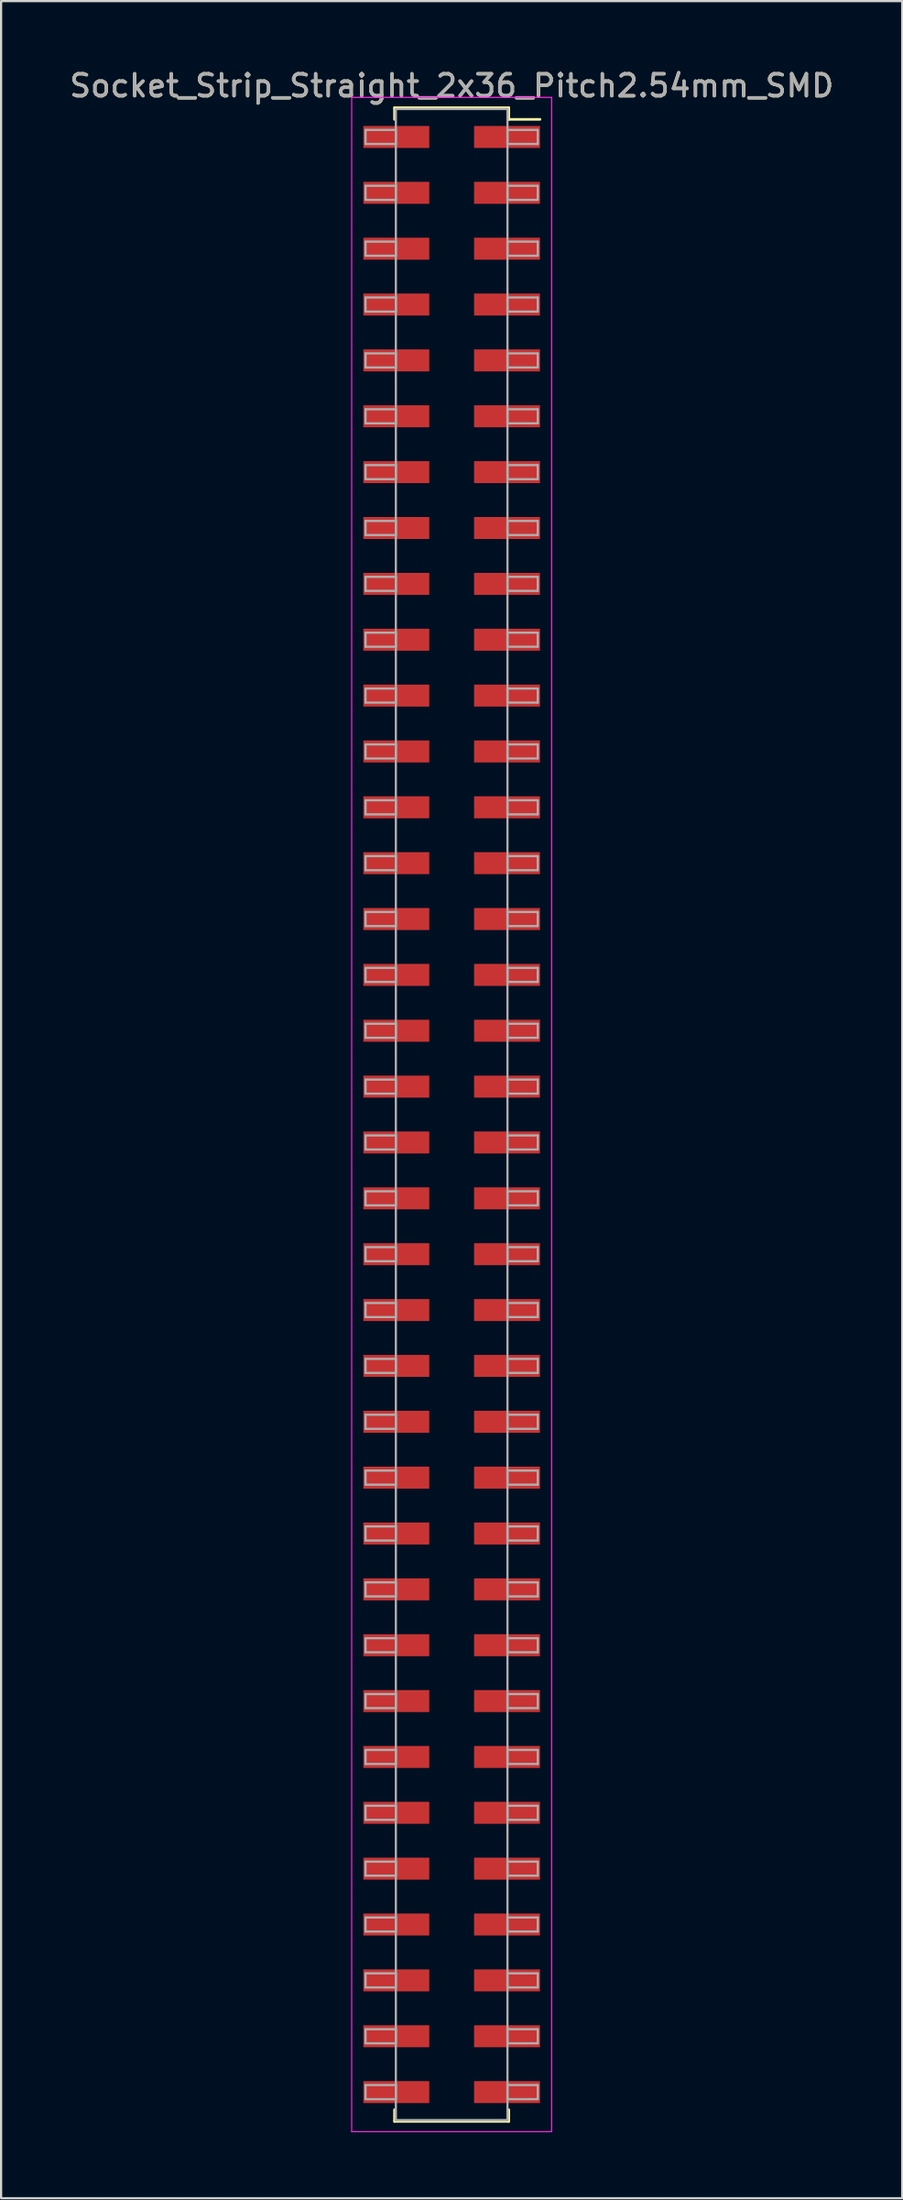
<source format=kicad_pcb>
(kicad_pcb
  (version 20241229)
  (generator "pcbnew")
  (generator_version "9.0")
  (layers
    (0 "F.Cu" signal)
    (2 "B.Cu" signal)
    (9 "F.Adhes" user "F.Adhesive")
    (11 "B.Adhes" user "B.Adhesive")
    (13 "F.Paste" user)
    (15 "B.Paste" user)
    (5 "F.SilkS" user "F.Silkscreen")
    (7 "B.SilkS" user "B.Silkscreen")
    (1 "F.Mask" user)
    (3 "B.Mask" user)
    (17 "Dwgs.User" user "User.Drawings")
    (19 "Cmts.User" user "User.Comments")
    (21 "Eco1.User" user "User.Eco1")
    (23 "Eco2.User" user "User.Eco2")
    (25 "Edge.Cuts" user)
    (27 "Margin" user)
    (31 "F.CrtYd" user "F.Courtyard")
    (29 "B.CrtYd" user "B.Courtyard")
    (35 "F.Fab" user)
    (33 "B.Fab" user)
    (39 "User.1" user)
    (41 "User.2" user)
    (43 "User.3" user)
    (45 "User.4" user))
  (footprint "Socket_Strip_Straight_2x36_Pitch2.54mm_SMD"
    (layer "F.Cu")
    (at 17.506 47.628)
    (property "Reference" "Socket_Strip_Straight_2x36_Pitch2.54mm_SMD" (at 0 -46.78 0) (layer "F.SilkS") (effects (font (size 1 1) (thickness 0.15))))
    (attr smd)
    (fp_line (start -2.6 -45.78) (end 2.6 -45.78) (stroke (width 0.12) (type solid)) (layer "F.SilkS"))
    (fp_line (start -2.6 -45.25) (end -2.6 -45.78) (stroke (width 0.12) (type solid)) (layer "F.SilkS"))
    (fp_line (start -2.6 45.25) (end -2.6 45.78) (stroke (width 0.12) (type solid)) (layer "F.SilkS"))
    (fp_line (start -2.6 45.78) (end 2.6 45.78) (stroke (width 0.12) (type solid)) (layer "F.SilkS"))
    (fp_line (start 2.6 -45.78) (end 2.6 -45.25) (stroke (width 0.12) (type solid)) (layer "F.SilkS"))
    (fp_line (start 2.6 45.78) (end 2.6 45.25) (stroke (width 0.12) (type solid)) (layer "F.SilkS"))
    (fp_line (start 4.02 -45.25) (end 2.6 -45.25) (stroke (width 0.12) (type solid)) (layer "F.SilkS"))
    (fp_line (start -4.55 -46.25) (end -4.55 46.25) (stroke (width 0.05) (type solid)) (layer "F.CrtYd"))
    (fp_line (start -4.55 46.25) (end 4.55 46.25) (stroke (width 0.05) (type solid)) (layer "F.CrtYd"))
    (fp_line (start 4.55 -46.25) (end -4.55 -46.25) (stroke (width 0.05) (type solid)) (layer "F.CrtYd"))
    (fp_line (start 4.55 46.25) (end 4.55 -46.25) (stroke (width 0.05) (type solid)) (layer "F.CrtYd"))
    (fp_line (start -3.92 -44.77) (end -2.54 -44.77) (stroke (width 0.1) (type solid)) (layer "F.Fab"))
    (fp_line (start -3.92 -44.13) (end -3.92 -44.77) (stroke (width 0.1) (type solid)) (layer "F.Fab"))
    (fp_line (start -3.92 -42.23) (end -2.54 -42.23) (stroke (width 0.1) (type solid)) (layer "F.Fab"))
    (fp_line (start -3.92 -41.59) (end -3.92 -42.23) (stroke (width 0.1) (type solid)) (layer "F.Fab"))
    (fp_line (start -3.92 -39.69) (end -2.54 -39.69) (stroke (width 0.1) (type solid)) (layer "F.Fab"))
    (fp_line (start -3.92 -39.05) (end -3.92 -39.69) (stroke (width 0.1) (type solid)) (layer "F.Fab"))
    (fp_line (start -3.92 -37.15) (end -2.54 -37.15) (stroke (width 0.1) (type solid)) (layer "F.Fab"))
    (fp_line (start -3.92 -36.51) (end -3.92 -37.15) (stroke (width 0.1) (type solid)) (layer "F.Fab"))
    (fp_line (start -3.92 -34.61) (end -2.54 -34.61) (stroke (width 0.1) (type solid)) (layer "F.Fab"))
    (fp_line (start -3.92 -33.97) (end -3.92 -34.61) (stroke (width 0.1) (type solid)) (layer "F.Fab"))
    (fp_line (start -3.92 -32.07) (end -2.54 -32.07) (stroke (width 0.1) (type solid)) (layer "F.Fab"))
    (fp_line (start -3.92 -31.43) (end -3.92 -32.07) (stroke (width 0.1) (type solid)) (layer "F.Fab"))
    (fp_line (start -3.92 -29.53) (end -2.54 -29.53) (stroke (width 0.1) (type solid)) (layer "F.Fab"))
    (fp_line (start -3.92 -28.89) (end -3.92 -29.53) (stroke (width 0.1) (type solid)) (layer "F.Fab"))
    (fp_line (start -3.92 -26.99) (end -2.54 -26.99) (stroke (width 0.1) (type solid)) (layer "F.Fab"))
    (fp_line (start -3.92 -26.35) (end -3.92 -26.99) (stroke (width 0.1) (type solid)) (layer "F.Fab"))
    (fp_line (start -3.92 -24.45) (end -2.54 -24.45) (stroke (width 0.1) (type solid)) (layer "F.Fab"))
    (fp_line (start -3.92 -23.81) (end -3.92 -24.45) (stroke (width 0.1) (type solid)) (layer "F.Fab"))
    (fp_line (start -3.92 -21.91) (end -2.54 -21.91) (stroke (width 0.1) (type solid)) (layer "F.Fab"))
    (fp_line (start -3.92 -21.27) (end -3.92 -21.91) (stroke (width 0.1) (type solid)) (layer "F.Fab"))
    (fp_line (start -3.92 -19.37) (end -2.54 -19.37) (stroke (width 0.1) (type solid)) (layer "F.Fab"))
    (fp_line (start -3.92 -18.73) (end -3.92 -19.37) (stroke (width 0.1) (type solid)) (layer "F.Fab"))
    (fp_line (start -3.92 -16.83) (end -2.54 -16.83) (stroke (width 0.1) (type solid)) (layer "F.Fab"))
    (fp_line (start -3.92 -16.19) (end -3.92 -16.83) (stroke (width 0.1) (type solid)) (layer "F.Fab"))
    (fp_line (start -3.92 -14.29) (end -2.54 -14.29) (stroke (width 0.1) (type solid)) (layer "F.Fab"))
    (fp_line (start -3.92 -13.65) (end -3.92 -14.29) (stroke (width 0.1) (type solid)) (layer "F.Fab"))
    (fp_line (start -3.92 -11.75) (end -2.54 -11.75) (stroke (width 0.1) (type solid)) (layer "F.Fab"))
    (fp_line (start -3.92 -11.11) (end -3.92 -11.75) (stroke (width 0.1) (type solid)) (layer "F.Fab"))
    (fp_line (start -3.92 -9.21) (end -2.54 -9.21) (stroke (width 0.1) (type solid)) (layer "F.Fab"))
    (fp_line (start -3.92 -8.57) (end -3.92 -9.21) (stroke (width 0.1) (type solid)) (layer "F.Fab"))
    (fp_line (start -3.92 -6.67) (end -2.54 -6.67) (stroke (width 0.1) (type solid)) (layer "F.Fab"))
    (fp_line (start -3.92 -6.03) (end -3.92 -6.67) (stroke (width 0.1) (type solid)) (layer "F.Fab"))
    (fp_line (start -3.92 -4.13) (end -2.54 -4.13) (stroke (width 0.1) (type solid)) (layer "F.Fab"))
    (fp_line (start -3.92 -3.49) (end -3.92 -4.13) (stroke (width 0.1) (type solid)) (layer "F.Fab"))
    (fp_line (start -3.92 -1.59) (end -2.54 -1.59) (stroke (width 0.1) (type solid)) (layer "F.Fab"))
    (fp_line (start -3.92 -0.95) (end -3.92 -1.59) (stroke (width 0.1) (type solid)) (layer "F.Fab"))
    (fp_line (start -3.92 0.95) (end -2.54 0.95) (stroke (width 0.1) (type solid)) (layer "F.Fab"))
    (fp_line (start -3.92 1.59) (end -3.92 0.95) (stroke (width 0.1) (type solid)) (layer "F.Fab"))
    (fp_line (start -3.92 3.49) (end -2.54 3.49) (stroke (width 0.1) (type solid)) (layer "F.Fab"))
    (fp_line (start -3.92 4.13) (end -3.92 3.49) (stroke (width 0.1) (type solid)) (layer "F.Fab"))
    (fp_line (start -3.92 6.03) (end -2.54 6.03) (stroke (width 0.1) (type solid)) (layer "F.Fab"))
    (fp_line (start -3.92 6.67) (end -3.92 6.03) (stroke (width 0.1) (type solid)) (layer "F.Fab"))
    (fp_line (start -3.92 8.57) (end -2.54 8.57) (stroke (width 0.1) (type solid)) (layer "F.Fab"))
    (fp_line (start -3.92 9.21) (end -3.92 8.57) (stroke (width 0.1) (type solid)) (layer "F.Fab"))
    (fp_line (start -3.92 11.11) (end -2.54 11.11) (stroke (width 0.1) (type solid)) (layer "F.Fab"))
    (fp_line (start -3.92 11.75) (end -3.92 11.11) (stroke (width 0.1) (type solid)) (layer "F.Fab"))
    (fp_line (start -3.92 13.65) (end -2.54 13.65) (stroke (width 0.1) (type solid)) (layer "F.Fab"))
    (fp_line (start -3.92 14.29) (end -3.92 13.65) (stroke (width 0.1) (type solid)) (layer "F.Fab"))
    (fp_line (start -3.92 16.19) (end -2.54 16.19) (stroke (width 0.1) (type solid)) (layer "F.Fab"))
    (fp_line (start -3.92 16.83) (end -3.92 16.19) (stroke (width 0.1) (type solid)) (layer "F.Fab"))
    (fp_line (start -3.92 18.73) (end -2.54 18.73) (stroke (width 0.1) (type solid)) (layer "F.Fab"))
    (fp_line (start -3.92 19.37) (end -3.92 18.73) (stroke (width 0.1) (type solid)) (layer "F.Fab"))
    (fp_line (start -3.92 21.27) (end -2.54 21.27) (stroke (width 0.1) (type solid)) (layer "F.Fab"))
    (fp_line (start -3.92 21.91) (end -3.92 21.27) (stroke (width 0.1) (type solid)) (layer "F.Fab"))
    (fp_line (start -3.92 23.81) (end -2.54 23.81) (stroke (width 0.1) (type solid)) (layer "F.Fab"))
    (fp_line (start -3.92 24.45) (end -3.92 23.81) (stroke (width 0.1) (type solid)) (layer "F.Fab"))
    (fp_line (start -3.92 26.35) (end -2.54 26.35) (stroke (width 0.1) (type solid)) (layer "F.Fab"))
    (fp_line (start -3.92 26.99) (end -3.92 26.35) (stroke (width 0.1) (type solid)) (layer "F.Fab"))
    (fp_line (start -3.92 28.89) (end -2.54 28.89) (stroke (width 0.1) (type solid)) (layer "F.Fab"))
    (fp_line (start -3.92 29.53) (end -3.92 28.89) (stroke (width 0.1) (type solid)) (layer "F.Fab"))
    (fp_line (start -3.92 31.43) (end -2.54 31.43) (stroke (width 0.1) (type solid)) (layer "F.Fab"))
    (fp_line (start -3.92 32.07) (end -3.92 31.43) (stroke (width 0.1) (type solid)) (layer "F.Fab"))
    (fp_line (start -3.92 33.97) (end -2.54 33.97) (stroke (width 0.1) (type solid)) (layer "F.Fab"))
    (fp_line (start -3.92 34.61) (end -3.92 33.97) (stroke (width 0.1) (type solid)) (layer "F.Fab"))
    (fp_line (start -3.92 36.51) (end -2.54 36.51) (stroke (width 0.1) (type solid)) (layer "F.Fab"))
    (fp_line (start -3.92 37.15) (end -3.92 36.51) (stroke (width 0.1) (type solid)) (layer "F.Fab"))
    (fp_line (start -3.92 39.05) (end -2.54 39.05) (stroke (width 0.1) (type solid)) (layer "F.Fab"))
    (fp_line (start -3.92 39.69) (end -3.92 39.05) (stroke (width 0.1) (type solid)) (layer "F.Fab"))
    (fp_line (start -3.92 41.59) (end -2.54 41.59) (stroke (width 0.1) (type solid)) (layer "F.Fab"))
    (fp_line (start -3.92 42.23) (end -3.92 41.59) (stroke (width 0.1) (type solid)) (layer "F.Fab"))
    (fp_line (start -3.92 44.13) (end -2.54 44.13) (stroke (width 0.1) (type solid)) (layer "F.Fab"))
    (fp_line (start -3.92 44.77) (end -3.92 44.13) (stroke (width 0.1) (type solid)) (layer "F.Fab"))
    (fp_line (start -2.54 -45.72) (end -2.54 45.72) (stroke (width 0.1) (type solid)) (layer "F.Fab"))
    (fp_line (start -2.54 -44.77) (end -2.54 -44.13) (stroke (width 0.1) (type solid)) (layer "F.Fab"))
    (fp_line (start -2.54 -44.13) (end -3.92 -44.13) (stroke (width 0.1) (type solid)) (layer "F.Fab"))
    (fp_line (start -2.54 -42.23) (end -2.54 -41.59) (stroke (width 0.1) (type solid)) (layer "F.Fab"))
    (fp_line (start -2.54 -41.59) (end -3.92 -41.59) (stroke (width 0.1) (type solid)) (layer "F.Fab"))
    (fp_line (start -2.54 -39.69) (end -2.54 -39.05) (stroke (width 0.1) (type solid)) (layer "F.Fab"))
    (fp_line (start -2.54 -39.05) (end -3.92 -39.05) (stroke (width 0.1) (type solid)) (layer "F.Fab"))
    (fp_line (start -2.54 -37.15) (end -2.54 -36.51) (stroke (width 0.1) (type solid)) (layer "F.Fab"))
    (fp_line (start -2.54 -36.51) (end -3.92 -36.51) (stroke (width 0.1) (type solid)) (layer "F.Fab"))
    (fp_line (start -2.54 -34.61) (end -2.54 -33.97) (stroke (width 0.1) (type solid)) (layer "F.Fab"))
    (fp_line (start -2.54 -33.97) (end -3.92 -33.97) (stroke (width 0.1) (type solid)) (layer "F.Fab"))
    (fp_line (start -2.54 -32.07) (end -2.54 -31.43) (stroke (width 0.1) (type solid)) (layer "F.Fab"))
    (fp_line (start -2.54 -31.43) (end -3.92 -31.43) (stroke (width 0.1) (type solid)) (layer "F.Fab"))
    (fp_line (start -2.54 -29.53) (end -2.54 -28.89) (stroke (width 0.1) (type solid)) (layer "F.Fab"))
    (fp_line (start -2.54 -28.89) (end -3.92 -28.89) (stroke (width 0.1) (type solid)) (layer "F.Fab"))
    (fp_line (start -2.54 -26.99) (end -2.54 -26.35) (stroke (width 0.1) (type solid)) (layer "F.Fab"))
    (fp_line (start -2.54 -26.35) (end -3.92 -26.35) (stroke (width 0.1) (type solid)) (layer "F.Fab"))
    (fp_line (start -2.54 -24.45) (end -2.54 -23.81) (stroke (width 0.1) (type solid)) (layer "F.Fab"))
    (fp_line (start -2.54 -23.81) (end -3.92 -23.81) (stroke (width 0.1) (type solid)) (layer "F.Fab"))
    (fp_line (start -2.54 -21.91) (end -2.54 -21.27) (stroke (width 0.1) (type solid)) (layer "F.Fab"))
    (fp_line (start -2.54 -21.27) (end -3.92 -21.27) (stroke (width 0.1) (type solid)) (layer "F.Fab"))
    (fp_line (start -2.54 -19.37) (end -2.54 -18.73) (stroke (width 0.1) (type solid)) (layer "F.Fab"))
    (fp_line (start -2.54 -18.73) (end -3.92 -18.73) (stroke (width 0.1) (type solid)) (layer "F.Fab"))
    (fp_line (start -2.54 -16.83) (end -2.54 -16.19) (stroke (width 0.1) (type solid)) (layer "F.Fab"))
    (fp_line (start -2.54 -16.19) (end -3.92 -16.19) (stroke (width 0.1) (type solid)) (layer "F.Fab"))
    (fp_line (start -2.54 -14.29) (end -2.54 -13.65) (stroke (width 0.1) (type solid)) (layer "F.Fab"))
    (fp_line (start -2.54 -13.65) (end -3.92 -13.65) (stroke (width 0.1) (type solid)) (layer "F.Fab"))
    (fp_line (start -2.54 -11.75) (end -2.54 -11.11) (stroke (width 0.1) (type solid)) (layer "F.Fab"))
    (fp_line (start -2.54 -11.11) (end -3.92 -11.11) (stroke (width 0.1) (type solid)) (layer "F.Fab"))
    (fp_line (start -2.54 -9.21) (end -2.54 -8.57) (stroke (width 0.1) (type solid)) (layer "F.Fab"))
    (fp_line (start -2.54 -8.57) (end -3.92 -8.57) (stroke (width 0.1) (type solid)) (layer "F.Fab"))
    (fp_line (start -2.54 -6.67) (end -2.54 -6.03) (stroke (width 0.1) (type solid)) (layer "F.Fab"))
    (fp_line (start -2.54 -6.03) (end -3.92 -6.03) (stroke (width 0.1) (type solid)) (layer "F.Fab"))
    (fp_line (start -2.54 -4.13) (end -2.54 -3.49) (stroke (width 0.1) (type solid)) (layer "F.Fab"))
    (fp_line (start -2.54 -3.49) (end -3.92 -3.49) (stroke (width 0.1) (type solid)) (layer "F.Fab"))
    (fp_line (start -2.54 -1.59) (end -2.54 -0.95) (stroke (width 0.1) (type solid)) (layer "F.Fab"))
    (fp_line (start -2.54 -0.95) (end -3.92 -0.95) (stroke (width 0.1) (type solid)) (layer "F.Fab"))
    (fp_line (start -2.54 0.95) (end -2.54 1.59) (stroke (width 0.1) (type solid)) (layer "F.Fab"))
    (fp_line (start -2.54 1.59) (end -3.92 1.59) (stroke (width 0.1) (type solid)) (layer "F.Fab"))
    (fp_line (start -2.54 3.49) (end -2.54 4.13) (stroke (width 0.1) (type solid)) (layer "F.Fab"))
    (fp_line (start -2.54 4.13) (end -3.92 4.13) (stroke (width 0.1) (type solid)) (layer "F.Fab"))
    (fp_line (start -2.54 6.03) (end -2.54 6.67) (stroke (width 0.1) (type solid)) (layer "F.Fab"))
    (fp_line (start -2.54 6.67) (end -3.92 6.67) (stroke (width 0.1) (type solid)) (layer "F.Fab"))
    (fp_line (start -2.54 8.57) (end -2.54 9.21) (stroke (width 0.1) (type solid)) (layer "F.Fab"))
    (fp_line (start -2.54 9.21) (end -3.92 9.21) (stroke (width 0.1) (type solid)) (layer "F.Fab"))
    (fp_line (start -2.54 11.11) (end -2.54 11.75) (stroke (width 0.1) (type solid)) (layer "F.Fab"))
    (fp_line (start -2.54 11.75) (end -3.92 11.75) (stroke (width 0.1) (type solid)) (layer "F.Fab"))
    (fp_line (start -2.54 13.65) (end -2.54 14.29) (stroke (width 0.1) (type solid)) (layer "F.Fab"))
    (fp_line (start -2.54 14.29) (end -3.92 14.29) (stroke (width 0.1) (type solid)) (layer "F.Fab"))
    (fp_line (start -2.54 16.19) (end -2.54 16.83) (stroke (width 0.1) (type solid)) (layer "F.Fab"))
    (fp_line (start -2.54 16.83) (end -3.92 16.83) (stroke (width 0.1) (type solid)) (layer "F.Fab"))
    (fp_line (start -2.54 18.73) (end -2.54 19.37) (stroke (width 0.1) (type solid)) (layer "F.Fab"))
    (fp_line (start -2.54 19.37) (end -3.92 19.37) (stroke (width 0.1) (type solid)) (layer "F.Fab"))
    (fp_line (start -2.54 21.27) (end -2.54 21.91) (stroke (width 0.1) (type solid)) (layer "F.Fab"))
    (fp_line (start -2.54 21.91) (end -3.92 21.91) (stroke (width 0.1) (type solid)) (layer "F.Fab"))
    (fp_line (start -2.54 23.81) (end -2.54 24.45) (stroke (width 0.1) (type solid)) (layer "F.Fab"))
    (fp_line (start -2.54 24.45) (end -3.92 24.45) (stroke (width 0.1) (type solid)) (layer "F.Fab"))
    (fp_line (start -2.54 26.35) (end -2.54 26.99) (stroke (width 0.1) (type solid)) (layer "F.Fab"))
    (fp_line (start -2.54 26.99) (end -3.92 26.99) (stroke (width 0.1) (type solid)) (layer "F.Fab"))
    (fp_line (start -2.54 28.89) (end -2.54 29.53) (stroke (width 0.1) (type solid)) (layer "F.Fab"))
    (fp_line (start -2.54 29.53) (end -3.92 29.53) (stroke (width 0.1) (type solid)) (layer "F.Fab"))
    (fp_line (start -2.54 31.43) (end -2.54 32.07) (stroke (width 0.1) (type solid)) (layer "F.Fab"))
    (fp_line (start -2.54 32.07) (end -3.92 32.07) (stroke (width 0.1) (type solid)) (layer "F.Fab"))
    (fp_line (start -2.54 33.97) (end -2.54 34.61) (stroke (width 0.1) (type solid)) (layer "F.Fab"))
    (fp_line (start -2.54 34.61) (end -3.92 34.61) (stroke (width 0.1) (type solid)) (layer "F.Fab"))
    (fp_line (start -2.54 36.51) (end -2.54 37.15) (stroke (width 0.1) (type solid)) (layer "F.Fab"))
    (fp_line (start -2.54 37.15) (end -3.92 37.15) (stroke (width 0.1) (type solid)) (layer "F.Fab"))
    (fp_line (start -2.54 39.05) (end -2.54 39.69) (stroke (width 0.1) (type solid)) (layer "F.Fab"))
    (fp_line (start -2.54 39.69) (end -3.92 39.69) (stroke (width 0.1) (type solid)) (layer "F.Fab"))
    (fp_line (start -2.54 41.59) (end -2.54 42.23) (stroke (width 0.1) (type solid)) (layer "F.Fab"))
    (fp_line (start -2.54 42.23) (end -3.92 42.23) (stroke (width 0.1) (type solid)) (layer "F.Fab"))
    (fp_line (start -2.54 44.13) (end -2.54 44.77) (stroke (width 0.1) (type solid)) (layer "F.Fab"))
    (fp_line (start -2.54 44.77) (end -3.92 44.77) (stroke (width 0.1) (type solid)) (layer "F.Fab"))
    (fp_line (start -2.54 45.72) (end 2.54 45.72) (stroke (width 0.1) (type solid)) (layer "F.Fab"))
    (fp_line (start 2.54 -45.72) (end -2.54 -45.72) (stroke (width 0.1) (type solid)) (layer "F.Fab"))
    (fp_line (start 2.54 -44.77) (end 2.54 -44.13) (stroke (width 0.1) (type solid)) (layer "F.Fab"))
    (fp_line (start 2.54 -44.13) (end 3.92 -44.13) (stroke (width 0.1) (type solid)) (layer "F.Fab"))
    (fp_line (start 2.54 -42.23) (end 2.54 -41.59) (stroke (width 0.1) (type solid)) (layer "F.Fab"))
    (fp_line (start 2.54 -41.59) (end 3.92 -41.59) (stroke (width 0.1) (type solid)) (layer "F.Fab"))
    (fp_line (start 2.54 -39.69) (end 2.54 -39.05) (stroke (width 0.1) (type solid)) (layer "F.Fab"))
    (fp_line (start 2.54 -39.05) (end 3.92 -39.05) (stroke (width 0.1) (type solid)) (layer "F.Fab"))
    (fp_line (start 2.54 -37.15) (end 2.54 -36.51) (stroke (width 0.1) (type solid)) (layer "F.Fab"))
    (fp_line (start 2.54 -36.51) (end 3.92 -36.51) (stroke (width 0.1) (type solid)) (layer "F.Fab"))
    (fp_line (start 2.54 -34.61) (end 2.54 -33.97) (stroke (width 0.1) (type solid)) (layer "F.Fab"))
    (fp_line (start 2.54 -33.97) (end 3.92 -33.97) (stroke (width 0.1) (type solid)) (layer "F.Fab"))
    (fp_line (start 2.54 -32.07) (end 2.54 -31.43) (stroke (width 0.1) (type solid)) (layer "F.Fab"))
    (fp_line (start 2.54 -31.43) (end 3.92 -31.43) (stroke (width 0.1) (type solid)) (layer "F.Fab"))
    (fp_line (start 2.54 -29.53) (end 2.54 -28.89) (stroke (width 0.1) (type solid)) (layer "F.Fab"))
    (fp_line (start 2.54 -28.89) (end 3.92 -28.89) (stroke (width 0.1) (type solid)) (layer "F.Fab"))
    (fp_line (start 2.54 -26.99) (end 2.54 -26.35) (stroke (width 0.1) (type solid)) (layer "F.Fab"))
    (fp_line (start 2.54 -26.35) (end 3.92 -26.35) (stroke (width 0.1) (type solid)) (layer "F.Fab"))
    (fp_line (start 2.54 -24.45) (end 2.54 -23.81) (stroke (width 0.1) (type solid)) (layer "F.Fab"))
    (fp_line (start 2.54 -23.81) (end 3.92 -23.81) (stroke (width 0.1) (type solid)) (layer "F.Fab"))
    (fp_line (start 2.54 -21.91) (end 2.54 -21.27) (stroke (width 0.1) (type solid)) (layer "F.Fab"))
    (fp_line (start 2.54 -21.27) (end 3.92 -21.27) (stroke (width 0.1) (type solid)) (layer "F.Fab"))
    (fp_line (start 2.54 -19.37) (end 2.54 -18.73) (stroke (width 0.1) (type solid)) (layer "F.Fab"))
    (fp_line (start 2.54 -18.73) (end 3.92 -18.73) (stroke (width 0.1) (type solid)) (layer "F.Fab"))
    (fp_line (start 2.54 -16.83) (end 2.54 -16.19) (stroke (width 0.1) (type solid)) (layer "F.Fab"))
    (fp_line (start 2.54 -16.19) (end 3.92 -16.19) (stroke (width 0.1) (type solid)) (layer "F.Fab"))
    (fp_line (start 2.54 -14.29) (end 2.54 -13.65) (stroke (width 0.1) (type solid)) (layer "F.Fab"))
    (fp_line (start 2.54 -13.65) (end 3.92 -13.65) (stroke (width 0.1) (type solid)) (layer "F.Fab"))
    (fp_line (start 2.54 -11.75) (end 2.54 -11.11) (stroke (width 0.1) (type solid)) (layer "F.Fab"))
    (fp_line (start 2.54 -11.11) (end 3.92 -11.11) (stroke (width 0.1) (type solid)) (layer "F.Fab"))
    (fp_line (start 2.54 -9.21) (end 2.54 -8.57) (stroke (width 0.1) (type solid)) (layer "F.Fab"))
    (fp_line (start 2.54 -8.57) (end 3.92 -8.57) (stroke (width 0.1) (type solid)) (layer "F.Fab"))
    (fp_line (start 2.54 -6.67) (end 2.54 -6.03) (stroke (width 0.1) (type solid)) (layer "F.Fab"))
    (fp_line (start 2.54 -6.03) (end 3.92 -6.03) (stroke (width 0.1) (type solid)) (layer "F.Fab"))
    (fp_line (start 2.54 -4.13) (end 2.54 -3.49) (stroke (width 0.1) (type solid)) (layer "F.Fab"))
    (fp_line (start 2.54 -3.49) (end 3.92 -3.49) (stroke (width 0.1) (type solid)) (layer "F.Fab"))
    (fp_line (start 2.54 -1.59) (end 2.54 -0.95) (stroke (width 0.1) (type solid)) (layer "F.Fab"))
    (fp_line (start 2.54 -0.95) (end 3.92 -0.95) (stroke (width 0.1) (type solid)) (layer "F.Fab"))
    (fp_line (start 2.54 0.95) (end 2.54 1.59) (stroke (width 0.1) (type solid)) (layer "F.Fab"))
    (fp_line (start 2.54 1.59) (end 3.92 1.59) (stroke (width 0.1) (type solid)) (layer "F.Fab"))
    (fp_line (start 2.54 3.49) (end 2.54 4.13) (stroke (width 0.1) (type solid)) (layer "F.Fab"))
    (fp_line (start 2.54 4.13) (end 3.92 4.13) (stroke (width 0.1) (type solid)) (layer "F.Fab"))
    (fp_line (start 2.54 6.03) (end 2.54 6.67) (stroke (width 0.1) (type solid)) (layer "F.Fab"))
    (fp_line (start 2.54 6.67) (end 3.92 6.67) (stroke (width 0.1) (type solid)) (layer "F.Fab"))
    (fp_line (start 2.54 8.57) (end 2.54 9.21) (stroke (width 0.1) (type solid)) (layer "F.Fab"))
    (fp_line (start 2.54 9.21) (end 3.92 9.21) (stroke (width 0.1) (type solid)) (layer "F.Fab"))
    (fp_line (start 2.54 11.11) (end 2.54 11.75) (stroke (width 0.1) (type solid)) (layer "F.Fab"))
    (fp_line (start 2.54 11.75) (end 3.92 11.75) (stroke (width 0.1) (type solid)) (layer "F.Fab"))
    (fp_line (start 2.54 13.65) (end 2.54 14.29) (stroke (width 0.1) (type solid)) (layer "F.Fab"))
    (fp_line (start 2.54 14.29) (end 3.92 14.29) (stroke (width 0.1) (type solid)) (layer "F.Fab"))
    (fp_line (start 2.54 16.19) (end 2.54 16.83) (stroke (width 0.1) (type solid)) (layer "F.Fab"))
    (fp_line (start 2.54 16.83) (end 3.92 16.83) (stroke (width 0.1) (type solid)) (layer "F.Fab"))
    (fp_line (start 2.54 18.73) (end 2.54 19.37) (stroke (width 0.1) (type solid)) (layer "F.Fab"))
    (fp_line (start 2.54 19.37) (end 3.92 19.37) (stroke (width 0.1) (type solid)) (layer "F.Fab"))
    (fp_line (start 2.54 21.27) (end 2.54 21.91) (stroke (width 0.1) (type solid)) (layer "F.Fab"))
    (fp_line (start 2.54 21.91) (end 3.92 21.91) (stroke (width 0.1) (type solid)) (layer "F.Fab"))
    (fp_line (start 2.54 23.81) (end 2.54 24.45) (stroke (width 0.1) (type solid)) (layer "F.Fab"))
    (fp_line (start 2.54 24.45) (end 3.92 24.45) (stroke (width 0.1) (type solid)) (layer "F.Fab"))
    (fp_line (start 2.54 26.35) (end 2.54 26.99) (stroke (width 0.1) (type solid)) (layer "F.Fab"))
    (fp_line (start 2.54 26.99) (end 3.92 26.99) (stroke (width 0.1) (type solid)) (layer "F.Fab"))
    (fp_line (start 2.54 28.89) (end 2.54 29.53) (stroke (width 0.1) (type solid)) (layer "F.Fab"))
    (fp_line (start 2.54 29.53) (end 3.92 29.53) (stroke (width 0.1) (type solid)) (layer "F.Fab"))
    (fp_line (start 2.54 31.43) (end 2.54 32.07) (stroke (width 0.1) (type solid)) (layer "F.Fab"))
    (fp_line (start 2.54 32.07) (end 3.92 32.07) (stroke (width 0.1) (type solid)) (layer "F.Fab"))
    (fp_line (start 2.54 33.97) (end 2.54 34.61) (stroke (width 0.1) (type solid)) (layer "F.Fab"))
    (fp_line (start 2.54 34.61) (end 3.92 34.61) (stroke (width 0.1) (type solid)) (layer "F.Fab"))
    (fp_line (start 2.54 36.51) (end 2.54 37.15) (stroke (width 0.1) (type solid)) (layer "F.Fab"))
    (fp_line (start 2.54 37.15) (end 3.92 37.15) (stroke (width 0.1) (type solid)) (layer "F.Fab"))
    (fp_line (start 2.54 39.05) (end 2.54 39.69) (stroke (width 0.1) (type solid)) (layer "F.Fab"))
    (fp_line (start 2.54 39.69) (end 3.92 39.69) (stroke (width 0.1) (type solid)) (layer "F.Fab"))
    (fp_line (start 2.54 41.59) (end 2.54 42.23) (stroke (width 0.1) (type solid)) (layer "F.Fab"))
    (fp_line (start 2.54 42.23) (end 3.92 42.23) (stroke (width 0.1) (type solid)) (layer "F.Fab"))
    (fp_line (start 2.54 44.13) (end 2.54 44.77) (stroke (width 0.1) (type solid)) (layer "F.Fab"))
    (fp_line (start 2.54 44.77) (end 3.92 44.77) (stroke (width 0.1) (type solid)) (layer "F.Fab"))
    (fp_line (start 2.54 45.72) (end 2.54 -45.72) (stroke (width 0.1) (type solid)) (layer "F.Fab"))
    (fp_line (start 3.92 -44.77) (end 2.54 -44.77) (stroke (width 0.1) (type solid)) (layer "F.Fab"))
    (fp_line (start 3.92 -44.13) (end 3.92 -44.77) (stroke (width 0.1) (type solid)) (layer "F.Fab"))
    (fp_line (start 3.92 -42.23) (end 2.54 -42.23) (stroke (width 0.1) (type solid)) (layer "F.Fab"))
    (fp_line (start 3.92 -41.59) (end 3.92 -42.23) (stroke (width 0.1) (type solid)) (layer "F.Fab"))
    (fp_line (start 3.92 -39.69) (end 2.54 -39.69) (stroke (width 0.1) (type solid)) (layer "F.Fab"))
    (fp_line (start 3.92 -39.05) (end 3.92 -39.69) (stroke (width 0.1) (type solid)) (layer "F.Fab"))
    (fp_line (start 3.92 -37.15) (end 2.54 -37.15) (stroke (width 0.1) (type solid)) (layer "F.Fab"))
    (fp_line (start 3.92 -36.51) (end 3.92 -37.15) (stroke (width 0.1) (type solid)) (layer "F.Fab"))
    (fp_line (start 3.92 -34.61) (end 2.54 -34.61) (stroke (width 0.1) (type solid)) (layer "F.Fab"))
    (fp_line (start 3.92 -33.97) (end 3.92 -34.61) (stroke (width 0.1) (type solid)) (layer "F.Fab"))
    (fp_line (start 3.92 -32.07) (end 2.54 -32.07) (stroke (width 0.1) (type solid)) (layer "F.Fab"))
    (fp_line (start 3.92 -31.43) (end 3.92 -32.07) (stroke (width 0.1) (type solid)) (layer "F.Fab"))
    (fp_line (start 3.92 -29.53) (end 2.54 -29.53) (stroke (width 0.1) (type solid)) (layer "F.Fab"))
    (fp_line (start 3.92 -28.89) (end 3.92 -29.53) (stroke (width 0.1) (type solid)) (layer "F.Fab"))
    (fp_line (start 3.92 -26.99) (end 2.54 -26.99) (stroke (width 0.1) (type solid)) (layer "F.Fab"))
    (fp_line (start 3.92 -26.35) (end 3.92 -26.99) (stroke (width 0.1) (type solid)) (layer "F.Fab"))
    (fp_line (start 3.92 -24.45) (end 2.54 -24.45) (stroke (width 0.1) (type solid)) (layer "F.Fab"))
    (fp_line (start 3.92 -23.81) (end 3.92 -24.45) (stroke (width 0.1) (type solid)) (layer "F.Fab"))
    (fp_line (start 3.92 -21.91) (end 2.54 -21.91) (stroke (width 0.1) (type solid)) (layer "F.Fab"))
    (fp_line (start 3.92 -21.27) (end 3.92 -21.91) (stroke (width 0.1) (type solid)) (layer "F.Fab"))
    (fp_line (start 3.92 -19.37) (end 2.54 -19.37) (stroke (width 0.1) (type solid)) (layer "F.Fab"))
    (fp_line (start 3.92 -18.73) (end 3.92 -19.37) (stroke (width 0.1) (type solid)) (layer "F.Fab"))
    (fp_line (start 3.92 -16.83) (end 2.54 -16.83) (stroke (width 0.1) (type solid)) (layer "F.Fab"))
    (fp_line (start 3.92 -16.19) (end 3.92 -16.83) (stroke (width 0.1) (type solid)) (layer "F.Fab"))
    (fp_line (start 3.92 -14.29) (end 2.54 -14.29) (stroke (width 0.1) (type solid)) (layer "F.Fab"))
    (fp_line (start 3.92 -13.65) (end 3.92 -14.29) (stroke (width 0.1) (type solid)) (layer "F.Fab"))
    (fp_line (start 3.92 -11.75) (end 2.54 -11.75) (stroke (width 0.1) (type solid)) (layer "F.Fab"))
    (fp_line (start 3.92 -11.11) (end 3.92 -11.75) (stroke (width 0.1) (type solid)) (layer "F.Fab"))
    (fp_line (start 3.92 -9.21) (end 2.54 -9.21) (stroke (width 0.1) (type solid)) (layer "F.Fab"))
    (fp_line (start 3.92 -8.57) (end 3.92 -9.21) (stroke (width 0.1) (type solid)) (layer "F.Fab"))
    (fp_line (start 3.92 -6.67) (end 2.54 -6.67) (stroke (width 0.1) (type solid)) (layer "F.Fab"))
    (fp_line (start 3.92 -6.03) (end 3.92 -6.67) (stroke (width 0.1) (type solid)) (layer "F.Fab"))
    (fp_line (start 3.92 -4.13) (end 2.54 -4.13) (stroke (width 0.1) (type solid)) (layer "F.Fab"))
    (fp_line (start 3.92 -3.49) (end 3.92 -4.13) (stroke (width 0.1) (type solid)) (layer "F.Fab"))
    (fp_line (start 3.92 -1.59) (end 2.54 -1.59) (stroke (width 0.1) (type solid)) (layer "F.Fab"))
    (fp_line (start 3.92 -0.95) (end 3.92 -1.59) (stroke (width 0.1) (type solid)) (layer "F.Fab"))
    (fp_line (start 3.92 0.95) (end 2.54 0.95) (stroke (width 0.1) (type solid)) (layer "F.Fab"))
    (fp_line (start 3.92 1.59) (end 3.92 0.95) (stroke (width 0.1) (type solid)) (layer "F.Fab"))
    (fp_line (start 3.92 3.49) (end 2.54 3.49) (stroke (width 0.1) (type solid)) (layer "F.Fab"))
    (fp_line (start 3.92 4.13) (end 3.92 3.49) (stroke (width 0.1) (type solid)) (layer "F.Fab"))
    (fp_line (start 3.92 6.03) (end 2.54 6.03) (stroke (width 0.1) (type solid)) (layer "F.Fab"))
    (fp_line (start 3.92 6.67) (end 3.92 6.03) (stroke (width 0.1) (type solid)) (layer "F.Fab"))
    (fp_line (start 3.92 8.57) (end 2.54 8.57) (stroke (width 0.1) (type solid)) (layer "F.Fab"))
    (fp_line (start 3.92 9.21) (end 3.92 8.57) (stroke (width 0.1) (type solid)) (layer "F.Fab"))
    (fp_line (start 3.92 11.11) (end 2.54 11.11) (stroke (width 0.1) (type solid)) (layer "F.Fab"))
    (fp_line (start 3.92 11.75) (end 3.92 11.11) (stroke (width 0.1) (type solid)) (layer "F.Fab"))
    (fp_line (start 3.92 13.65) (end 2.54 13.65) (stroke (width 0.1) (type solid)) (layer "F.Fab"))
    (fp_line (start 3.92 14.29) (end 3.92 13.65) (stroke (width 0.1) (type solid)) (layer "F.Fab"))
    (fp_line (start 3.92 16.19) (end 2.54 16.19) (stroke (width 0.1) (type solid)) (layer "F.Fab"))
    (fp_line (start 3.92 16.83) (end 3.92 16.19) (stroke (width 0.1) (type solid)) (layer "F.Fab"))
    (fp_line (start 3.92 18.73) (end 2.54 18.73) (stroke (width 0.1) (type solid)) (layer "F.Fab"))
    (fp_line (start 3.92 19.37) (end 3.92 18.73) (stroke (width 0.1) (type solid)) (layer "F.Fab"))
    (fp_line (start 3.92 21.27) (end 2.54 21.27) (stroke (width 0.1) (type solid)) (layer "F.Fab"))
    (fp_line (start 3.92 21.91) (end 3.92 21.27) (stroke (width 0.1) (type solid)) (layer "F.Fab"))
    (fp_line (start 3.92 23.81) (end 2.54 23.81) (stroke (width 0.1) (type solid)) (layer "F.Fab"))
    (fp_line (start 3.92 24.45) (end 3.92 23.81) (stroke (width 0.1) (type solid)) (layer "F.Fab"))
    (fp_line (start 3.92 26.35) (end 2.54 26.35) (stroke (width 0.1) (type solid)) (layer "F.Fab"))
    (fp_line (start 3.92 26.99) (end 3.92 26.35) (stroke (width 0.1) (type solid)) (layer "F.Fab"))
    (fp_line (start 3.92 28.89) (end 2.54 28.89) (stroke (width 0.1) (type solid)) (layer "F.Fab"))
    (fp_line (start 3.92 29.53) (end 3.92 28.89) (stroke (width 0.1) (type solid)) (layer "F.Fab"))
    (fp_line (start 3.92 31.43) (end 2.54 31.43) (stroke (width 0.1) (type solid)) (layer "F.Fab"))
    (fp_line (start 3.92 32.07) (end 3.92 31.43) (stroke (width 0.1) (type solid)) (layer "F.Fab"))
    (fp_line (start 3.92 33.97) (end 2.54 33.97) (stroke (width 0.1) (type solid)) (layer "F.Fab"))
    (fp_line (start 3.92 34.61) (end 3.92 33.97) (stroke (width 0.1) (type solid)) (layer "F.Fab"))
    (fp_line (start 3.92 36.51) (end 2.54 36.51) (stroke (width 0.1) (type solid)) (layer "F.Fab"))
    (fp_line (start 3.92 37.15) (end 3.92 36.51) (stroke (width 0.1) (type solid)) (layer "F.Fab"))
    (fp_line (start 3.92 39.05) (end 2.54 39.05) (stroke (width 0.1) (type solid)) (layer "F.Fab"))
    (fp_line (start 3.92 39.69) (end 3.92 39.05) (stroke (width 0.1) (type solid)) (layer "F.Fab"))
    (fp_line (start 3.92 41.59) (end 2.54 41.59) (stroke (width 0.1) (type solid)) (layer "F.Fab"))
    (fp_line (start 3.92 42.23) (end 3.92 41.59) (stroke (width 0.1) (type solid)) (layer "F.Fab"))
    (fp_line (start 3.92 44.13) (end 2.54 44.13) (stroke (width 0.1) (type solid)) (layer "F.Fab"))
    (fp_line (start 3.92 44.77) (end 3.92 44.13) (stroke (width 0.1) (type solid)) (layer "F.Fab"))
    (fp_text user "${REFERENCE}" (at 0 -46.78 0) (layer "F.Fab") (effects (font (size 1 1) (thickness 0.15))))
    (pad "1" smd rect (at 2.52 -44.45) (size 3 1) (layers "F.Cu" "F.Mask" "F.Paste"))
    (pad "2" smd rect (at -2.52 -44.45) (size 3 1) (layers "F.Cu" "F.Mask" "F.Paste"))
    (pad "3" smd rect (at 2.52 -41.91) (size 3 1) (layers "F.Cu" "F.Mask" "F.Paste"))
    (pad "4" smd rect (at -2.52 -41.91) (size 3 1) (layers "F.Cu" "F.Mask" "F.Paste"))
    (pad "5" smd rect (at 2.52 -39.37) (size 3 1) (layers "F.Cu" "F.Mask" "F.Paste"))
    (pad "6" smd rect (at -2.52 -39.37) (size 3 1) (layers "F.Cu" "F.Mask" "F.Paste"))
    (pad "7" smd rect (at 2.52 -36.83) (size 3 1) (layers "F.Cu" "F.Mask" "F.Paste"))
    (pad "8" smd rect (at -2.52 -36.83) (size 3 1) (layers "F.Cu" "F.Mask" "F.Paste"))
    (pad "9" smd rect (at 2.52 -34.29) (size 3 1) (layers "F.Cu" "F.Mask" "F.Paste"))
    (pad "10" smd rect (at -2.52 -34.29) (size 3 1) (layers "F.Cu" "F.Mask" "F.Paste"))
    (pad "11" smd rect (at 2.52 -31.75) (size 3 1) (layers "F.Cu" "F.Mask" "F.Paste"))
    (pad "12" smd rect (at -2.52 -31.75) (size 3 1) (layers "F.Cu" "F.Mask" "F.Paste"))
    (pad "13" smd rect (at 2.52 -29.21) (size 3 1) (layers "F.Cu" "F.Mask" "F.Paste"))
    (pad "14" smd rect (at -2.52 -29.21) (size 3 1) (layers "F.Cu" "F.Mask" "F.Paste"))
    (pad "15" smd rect (at 2.52 -26.67) (size 3 1) (layers "F.Cu" "F.Mask" "F.Paste"))
    (pad "16" smd rect (at -2.52 -26.67) (size 3 1) (layers "F.Cu" "F.Mask" "F.Paste"))
    (pad "17" smd rect (at 2.52 -24.13) (size 3 1) (layers "F.Cu" "F.Mask" "F.Paste"))
    (pad "18" smd rect (at -2.52 -24.13) (size 3 1) (layers "F.Cu" "F.Mask" "F.Paste"))
    (pad "19" smd rect (at 2.52 -21.59) (size 3 1) (layers "F.Cu" "F.Mask" "F.Paste"))
    (pad "20" smd rect (at -2.52 -21.59) (size 3 1) (layers "F.Cu" "F.Mask" "F.Paste"))
    (pad "21" smd rect (at 2.52 -19.05) (size 3 1) (layers "F.Cu" "F.Mask" "F.Paste"))
    (pad "22" smd rect (at -2.52 -19.05) (size 3 1) (layers "F.Cu" "F.Mask" "F.Paste"))
    (pad "23" smd rect (at 2.52 -16.51) (size 3 1) (layers "F.Cu" "F.Mask" "F.Paste"))
    (pad "24" smd rect (at -2.52 -16.51) (size 3 1) (layers "F.Cu" "F.Mask" "F.Paste"))
    (pad "25" smd rect (at 2.52 -13.97) (size 3 1) (layers "F.Cu" "F.Mask" "F.Paste"))
    (pad "26" smd rect (at -2.52 -13.97) (size 3 1) (layers "F.Cu" "F.Mask" "F.Paste"))
    (pad "27" smd rect (at 2.52 -11.43) (size 3 1) (layers "F.Cu" "F.Mask" "F.Paste"))
    (pad "28" smd rect (at -2.52 -11.43) (size 3 1) (layers "F.Cu" "F.Mask" "F.Paste"))
    (pad "29" smd rect (at 2.52 -8.89) (size 3 1) (layers "F.Cu" "F.Mask" "F.Paste"))
    (pad "30" smd rect (at -2.52 -8.89) (size 3 1) (layers "F.Cu" "F.Mask" "F.Paste"))
    (pad "31" smd rect (at 2.52 -6.35) (size 3 1) (layers "F.Cu" "F.Mask" "F.Paste"))
    (pad "32" smd rect (at -2.52 -6.35) (size 3 1) (layers "F.Cu" "F.Mask" "F.Paste"))
    (pad "33" smd rect (at 2.52 -3.81) (size 3 1) (layers "F.Cu" "F.Mask" "F.Paste"))
    (pad "34" smd rect (at -2.52 -3.81) (size 3 1) (layers "F.Cu" "F.Mask" "F.Paste"))
    (pad "35" smd rect (at 2.52 -1.27) (size 3 1) (layers "F.Cu" "F.Mask" "F.Paste"))
    (pad "36" smd rect (at -2.52 -1.27) (size 3 1) (layers "F.Cu" "F.Mask" "F.Paste"))
    (pad "37" smd rect (at 2.52 1.27) (size 3 1) (layers "F.Cu" "F.Mask" "F.Paste"))
    (pad "38" smd rect (at -2.52 1.27) (size 3 1) (layers "F.Cu" "F.Mask" "F.Paste"))
    (pad "39" smd rect (at 2.52 3.81) (size 3 1) (layers "F.Cu" "F.Mask" "F.Paste"))
    (pad "40" smd rect (at -2.52 3.81) (size 3 1) (layers "F.Cu" "F.Mask" "F.Paste"))
    (pad "41" smd rect (at 2.52 6.35) (size 3 1) (layers "F.Cu" "F.Mask" "F.Paste"))
    (pad "42" smd rect (at -2.52 6.35) (size 3 1) (layers "F.Cu" "F.Mask" "F.Paste"))
    (pad "43" smd rect (at 2.52 8.89) (size 3 1) (layers "F.Cu" "F.Mask" "F.Paste"))
    (pad "44" smd rect (at -2.52 8.89) (size 3 1) (layers "F.Cu" "F.Mask" "F.Paste"))
    (pad "45" smd rect (at 2.52 11.43) (size 3 1) (layers "F.Cu" "F.Mask" "F.Paste"))
    (pad "46" smd rect (at -2.52 11.43) (size 3 1) (layers "F.Cu" "F.Mask" "F.Paste"))
    (pad "47" smd rect (at 2.52 13.97) (size 3 1) (layers "F.Cu" "F.Mask" "F.Paste"))
    (pad "48" smd rect (at -2.52 13.97) (size 3 1) (layers "F.Cu" "F.Mask" "F.Paste"))
    (pad "49" smd rect (at 2.52 16.51) (size 3 1) (layers "F.Cu" "F.Mask" "F.Paste"))
    (pad "50" smd rect (at -2.52 16.51) (size 3 1) (layers "F.Cu" "F.Mask" "F.Paste"))
    (pad "51" smd rect (at 2.52 19.05) (size 3 1) (layers "F.Cu" "F.Mask" "F.Paste"))
    (pad "52" smd rect (at -2.52 19.05) (size 3 1) (layers "F.Cu" "F.Mask" "F.Paste"))
    (pad "53" smd rect (at 2.52 21.59) (size 3 1) (layers "F.Cu" "F.Mask" "F.Paste"))
    (pad "54" smd rect (at -2.52 21.59) (size 3 1) (layers "F.Cu" "F.Mask" "F.Paste"))
    (pad "55" smd rect (at 2.52 24.13) (size 3 1) (layers "F.Cu" "F.Mask" "F.Paste"))
    (pad "56" smd rect (at -2.52 24.13) (size 3 1) (layers "F.Cu" "F.Mask" "F.Paste"))
    (pad "57" smd rect (at 2.52 26.67) (size 3 1) (layers "F.Cu" "F.Mask" "F.Paste"))
    (pad "58" smd rect (at -2.52 26.67) (size 3 1) (layers "F.Cu" "F.Mask" "F.Paste"))
    (pad "59" smd rect (at 2.52 29.21) (size 3 1) (layers "F.Cu" "F.Mask" "F.Paste"))
    (pad "60" smd rect (at -2.52 29.21) (size 3 1) (layers "F.Cu" "F.Mask" "F.Paste"))
    (pad "61" smd rect (at 2.52 31.75) (size 3 1) (layers "F.Cu" "F.Mask" "F.Paste"))
    (pad "62" smd rect (at -2.52 31.75) (size 3 1) (layers "F.Cu" "F.Mask" "F.Paste"))
    (pad "63" smd rect (at 2.52 34.29) (size 3 1) (layers "F.Cu" "F.Mask" "F.Paste"))
    (pad "64" smd rect (at -2.52 34.29) (size 3 1) (layers "F.Cu" "F.Mask" "F.Paste"))
    (pad "65" smd rect (at 2.52 36.83) (size 3 1) (layers "F.Cu" "F.Mask" "F.Paste"))
    (pad "66" smd rect (at -2.52 36.83) (size 3 1) (layers "F.Cu" "F.Mask" "F.Paste"))
    (pad "67" smd rect (at 2.52 39.37) (size 3 1) (layers "F.Cu" "F.Mask" "F.Paste"))
    (pad "68" smd rect (at -2.52 39.37) (size 3 1) (layers "F.Cu" "F.Mask" "F.Paste"))
    (pad "69" smd rect (at 2.52 41.91) (size 3 1) (layers "F.Cu" "F.Mask" "F.Paste"))
    (pad "70" smd rect (at -2.52 41.91) (size 3 1) (layers "F.Cu" "F.Mask" "F.Paste"))
    (pad "71" smd rect (at 2.52 44.45) (size 3 1) (layers "F.Cu" "F.Mask" "F.Paste"))
    (pad "72" smd rect (at -2.52 44.45) (size 3 1) (layers "F.Cu" "F.Mask" "F.Paste")))
  (gr_rect
    (start -3 -3)
    (end 38.012 96.903)
    (stroke (width 0.1) (type default))
    (fill no)
    (layer "Edge.Cuts")))
</source>
